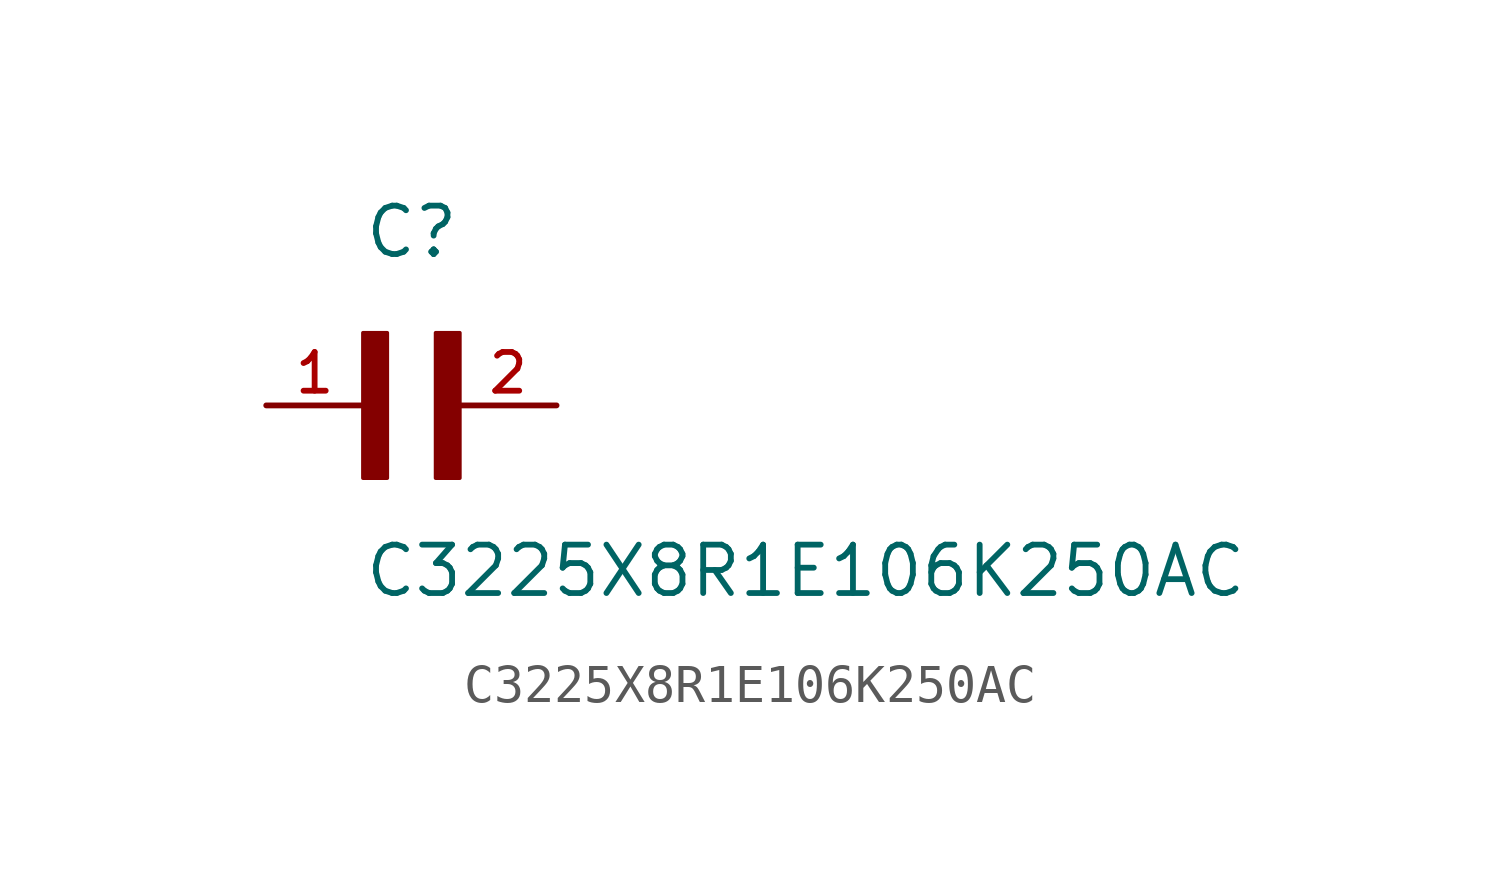
<source format=kicad_sym>
(kicad_symbol_lib
  (version 20211014)
  (generator kicad_symbol_editor)
  (symbol "C3225X8R1E106K250AC"
    (pin_names
      (offset 1.016))
    (property "Reference" "C"
      (at 0.0 3.81 0)
      (effects (font (size 1.27 1.27)) (justify bottom left)))
    (property "Value" "C3225X8R1E106K250AC"
      (at 0.0 -5.088 0)
      (effects (font (size 1.27 1.27)) (justify bottom left)))
    (symbol "C3225X8R1E106K250AC_0_0"
      (rectangle (start 0.0 -1.907) (end 0.635 1.905) (stroke (width 0.1)) (fill (type outline)))
      (rectangle (start 1.907 -1.907) (end 2.54 1.905) (stroke (width 0.1)) (fill (type outline)))
      (pin passive line (at -2.54 0.0 0) (length 2.54) (name "~" (effects (font (size 1.016 1.016)))) (number "1" (effects (font (size 1.016 1.016)))))
      (pin passive line (at 5.08 0.0 180.0) (length 2.54) (name "~" (effects (font (size 1.016 1.016)))) (number "2" (effects (font (size 1.016 1.016))))))))
</source>
